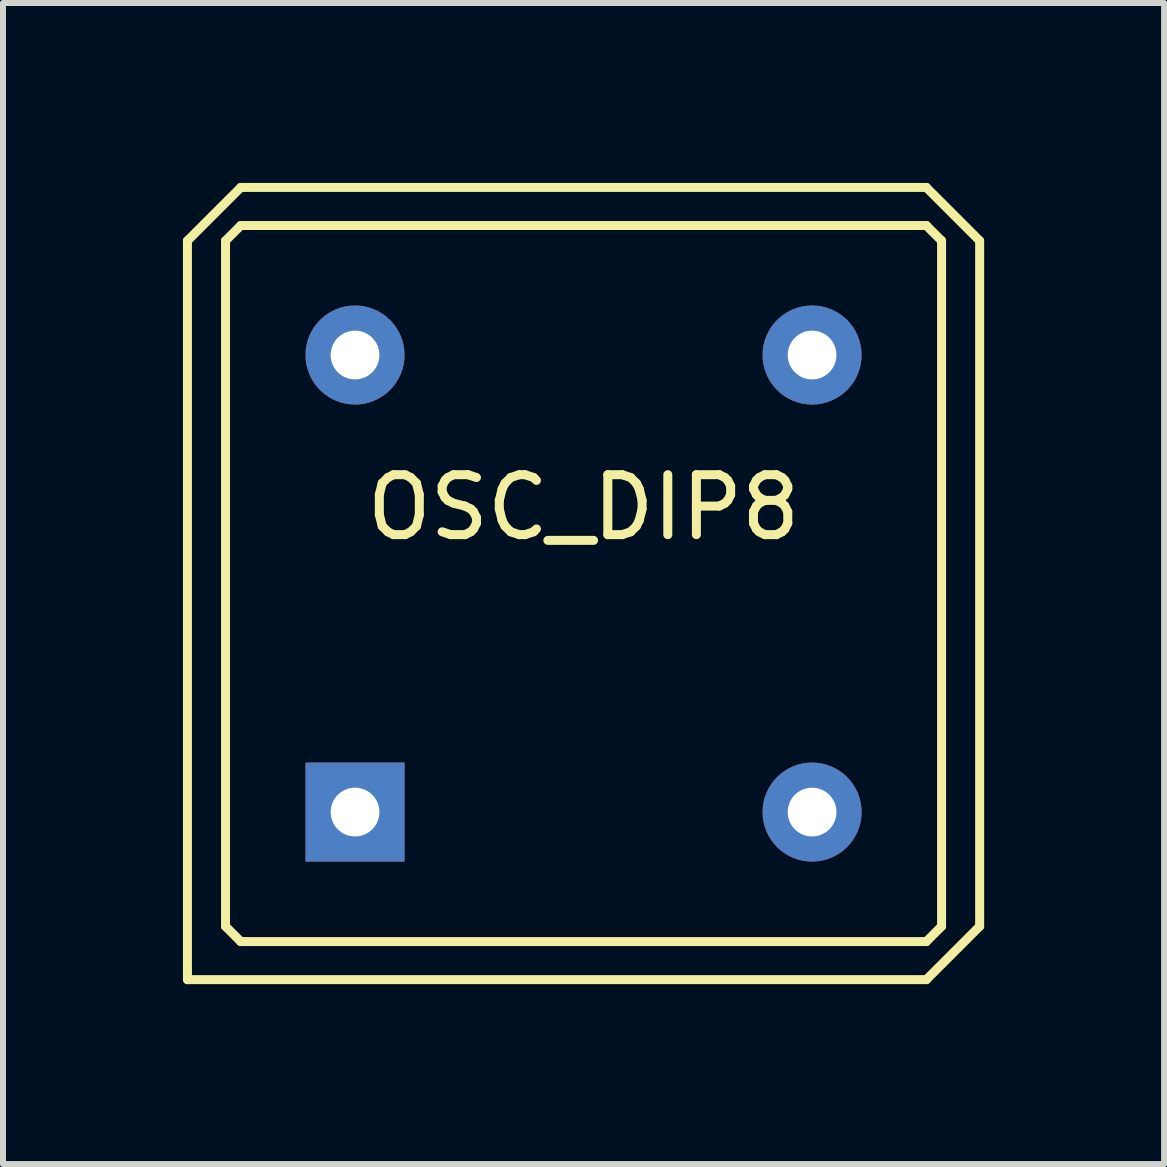
<source format=kicad_pcb>
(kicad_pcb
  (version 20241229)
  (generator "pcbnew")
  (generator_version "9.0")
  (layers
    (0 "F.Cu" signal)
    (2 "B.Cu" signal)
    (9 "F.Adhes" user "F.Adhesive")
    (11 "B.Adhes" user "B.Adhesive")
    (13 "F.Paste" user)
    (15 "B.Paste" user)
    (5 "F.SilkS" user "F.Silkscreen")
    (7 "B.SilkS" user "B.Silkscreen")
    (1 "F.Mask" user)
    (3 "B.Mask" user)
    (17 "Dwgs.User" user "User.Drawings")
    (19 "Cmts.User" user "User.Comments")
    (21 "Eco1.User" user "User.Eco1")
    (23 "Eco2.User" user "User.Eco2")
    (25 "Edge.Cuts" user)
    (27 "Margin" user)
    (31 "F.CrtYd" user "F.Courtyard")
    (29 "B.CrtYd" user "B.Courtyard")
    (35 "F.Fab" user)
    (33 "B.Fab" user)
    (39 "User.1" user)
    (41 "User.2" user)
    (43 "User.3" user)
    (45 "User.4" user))
  (footprint "OSC_DIP8"
    (layer "F.Cu")
    (at 6.679 6.679)
    (property "Reference" "OSC_DIP8" (at 0 -1.27 0) (layer "F.SilkS") (effects (font (size 1 1) (thickness 0.15))))
    (attr through_hole)
    (fp_line (start -6.604 -5.715) (end -6.604 6.604) (stroke (width 0.15) (type solid)) (layer "F.SilkS"))
    (fp_line (start -6.604 6.604) (end 5.715 6.604) (stroke (width 0.15) (type solid)) (layer "F.SilkS"))
    (fp_line (start -5.969 -5.715) (end -5.969 5.715) (stroke (width 0.15) (type solid)) (layer "F.SilkS"))
    (fp_line (start -5.969 5.715) (end -5.715 5.969) (stroke (width 0.15) (type solid)) (layer "F.SilkS"))
    (fp_line (start -5.715 -6.604) (end -6.604 -5.715) (stroke (width 0.15) (type solid)) (layer "F.SilkS"))
    (fp_line (start -5.715 -5.969) (end -5.969 -5.715) (stroke (width 0.15) (type solid)) (layer "F.SilkS"))
    (fp_line (start -5.715 5.969) (end 5.715 5.969) (stroke (width 0.15) (type solid)) (layer "F.SilkS"))
    (fp_line (start 5.715 -6.604) (end -5.715 -6.604) (stroke (width 0.15) (type solid)) (layer "F.SilkS"))
    (fp_line (start 5.715 -5.969) (end -5.715 -5.969) (stroke (width 0.15) (type solid)) (layer "F.SilkS"))
    (fp_line (start 5.715 5.969) (end 5.969 5.715) (stroke (width 0.15) (type solid)) (layer "F.SilkS"))
    (fp_line (start 5.715 6.604) (end 6.604 5.715) (stroke (width 0.15) (type solid)) (layer "F.SilkS"))
    (fp_line (start 5.969 -5.715) (end 5.715 -5.969) (stroke (width 0.15) (type solid)) (layer "F.SilkS"))
    (fp_line (start 5.969 5.715) (end 5.969 -5.715) (stroke (width 0.15) (type solid)) (layer "F.SilkS"))
    (fp_line (start 6.604 -5.715) (end 5.715 -6.604) (stroke (width 0.15) (type solid)) (layer "F.SilkS"))
    (fp_line (start 6.604 5.715) (end 6.604 -5.715) (stroke (width 0.15) (type solid)) (layer "F.SilkS"))
    (pad "1" thru_hole rect (at -3.81 3.81) (size 1.651 1.651) (drill 0.813) (layers "*.Cu" "*.Mask"))
    (pad "4" thru_hole circle (at 3.81 3.81) (size 1.651 1.651) (drill 0.813) (layers "*.Cu" "*.Mask"))
    (pad "5" thru_hole circle (at 3.81 -3.81) (size 1.651 1.651) (drill 0.813) (layers "*.Cu" "*.Mask"))
    (pad "8" thru_hole circle (at -3.81 -3.81) (size 1.651 1.651) (drill 0.813) (layers "*.Cu" "*.Mask")))
  (gr_rect
    (start -3 -3)
    (end 16.358 16.358)
    (stroke (width 0.1) (type default))
    (fill no)
    (layer "Edge.Cuts")))
</source>
